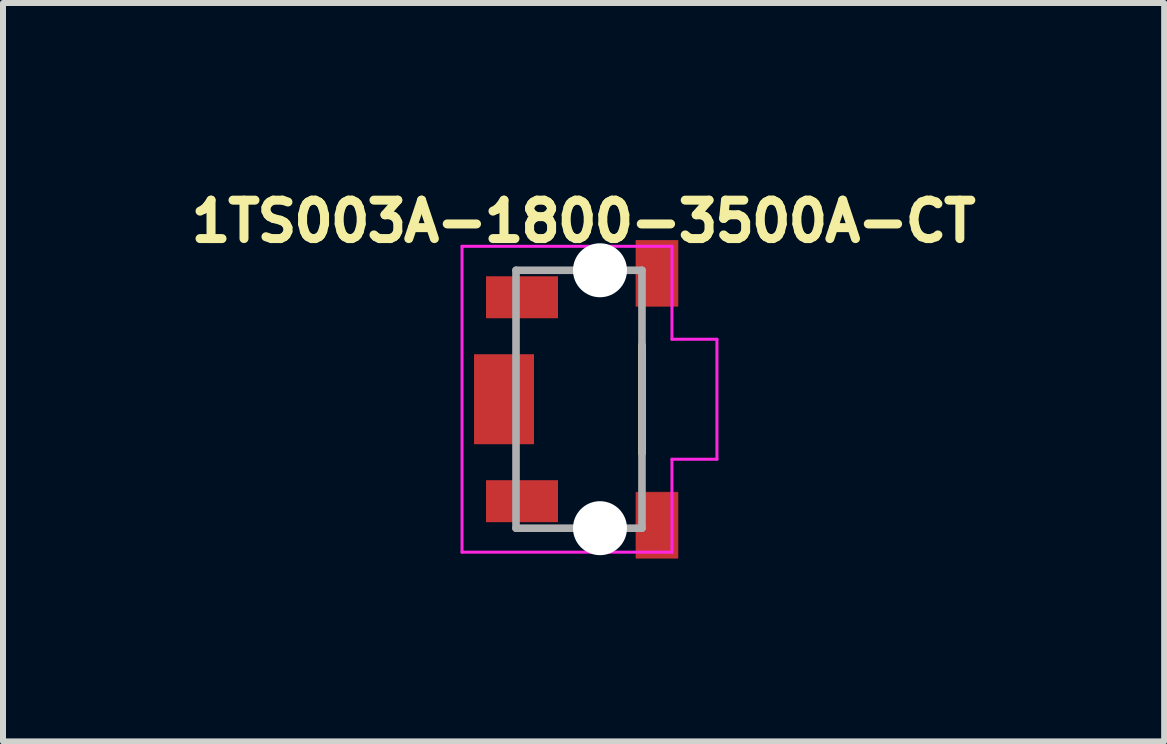
<source format=kicad_pcb>
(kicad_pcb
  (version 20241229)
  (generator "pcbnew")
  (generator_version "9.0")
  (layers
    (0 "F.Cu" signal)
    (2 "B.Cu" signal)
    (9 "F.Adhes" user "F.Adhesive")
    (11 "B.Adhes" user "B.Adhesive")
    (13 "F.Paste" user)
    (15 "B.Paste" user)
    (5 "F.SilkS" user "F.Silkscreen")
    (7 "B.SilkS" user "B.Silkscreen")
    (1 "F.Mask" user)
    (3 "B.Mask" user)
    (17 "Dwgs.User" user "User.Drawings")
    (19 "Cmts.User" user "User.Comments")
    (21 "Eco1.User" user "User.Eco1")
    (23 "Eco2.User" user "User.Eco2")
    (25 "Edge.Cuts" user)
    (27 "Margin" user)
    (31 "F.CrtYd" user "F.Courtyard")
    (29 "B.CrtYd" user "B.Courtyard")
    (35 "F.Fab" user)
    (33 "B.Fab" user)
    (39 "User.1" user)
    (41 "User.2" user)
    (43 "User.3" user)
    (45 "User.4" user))
  (footprint "1TS003A-1800-3500A-CT"
    (layer "F.Cu")
    (at 6.953 3.606)
    (property "Reference" "1TS003A-1800-3500A-CT" (at -0.273 -2.967 0) (layer "F.SilkS") (effects (font (size 0.641 0.641) (thickness 0.15))))
    (attr smd)
    (fp_poly (pts (xy 0.6 -2.65) (xy 1.3 -2.65) (xy 1.3 -1.551) (xy 0.6 -1.551)) (stroke (width 0.01) (type solid)) (fill yes) (layer "F.Cu"))
    (fp_poly (pts (xy 0.6 1.55) (xy 1.3 1.55) (xy 1.3 2.65) (xy 0.6 2.65)) (stroke (width 0.01) (type solid)) (fill yes) (layer "F.Cu"))
    (fp_poly (pts (xy 0.55 -2.699) (xy 1.35 -2.699) (xy 1.35 -1.5) (xy 0.55 -1.5)) (stroke (width 0.01) (type solid)) (fill yes) (layer "F.Mask"))
    (fp_poly (pts (xy 0.55 1.5) (xy 1.35 1.5) (xy 1.35 2.701) (xy 0.55 2.701)) (stroke (width 0.01) (type solid)) (fill yes) (layer "F.Mask"))
    (fp_line (start 0.7 0.9) (end 0.7 -0.9) (stroke (width 0.127) (type solid)) (layer "F.SilkS"))
    (fp_poly (pts (xy 0.6 -2.648) (xy 1.299 -2.648) (xy 1.299 -1.55) (xy 0.6 -1.55)) (stroke (width 0.01) (type solid)) (fill yes) (layer "F.Paste"))
    (fp_poly (pts (xy 0.6 1.55) (xy 1.3 1.55) (xy 1.3 2.651) (xy 0.6 2.651)) (stroke (width 0.01) (type solid)) (fill yes) (layer "F.Paste"))
    (fp_line (start -2.3 -2.55) (end -2.3 2.55) (stroke (width 0.05) (type solid)) (layer "F.CrtYd"))
    (fp_line (start -2.3 2.55) (end 1.2 2.55) (stroke (width 0.05) (type solid)) (layer "F.CrtYd"))
    (fp_line (start 1.2 -2.55) (end -2.3 -2.55) (stroke (width 0.05) (type solid)) (layer "F.CrtYd"))
    (fp_line (start 1.2 -1) (end 1.2 -2.55) (stroke (width 0.05) (type solid)) (layer "F.CrtYd"))
    (fp_line (start 1.2 1) (end 1.95 1) (stroke (width 0.05) (type solid)) (layer "F.CrtYd"))
    (fp_line (start 1.2 2.55) (end 1.2 1) (stroke (width 0.05) (type solid)) (layer "F.CrtYd"))
    (fp_line (start 1.95 -1) (end 1.2 -1) (stroke (width 0.05) (type solid)) (layer "F.CrtYd"))
    (fp_line (start 1.95 1) (end 1.95 -1) (stroke (width 0.05) (type solid)) (layer "F.CrtYd"))
    (fp_line (start -1.4 -2.15) (end 0.7 -2.15) (stroke (width 0.127) (type solid)) (layer "F.Fab"))
    (fp_line (start -1.4 2.15) (end -1.4 -2.15) (stroke (width 0.127) (type solid)) (layer "F.Fab"))
    (fp_line (start 0.7 -2.15) (end 0.7 2.15) (stroke (width 0.127) (type solid)) (layer "F.Fab"))
    (fp_line (start 0.7 2.15) (end -1.4 2.15) (stroke (width 0.127) (type solid)) (layer "F.Fab"))
    (pad "" np_thru_hole circle (at 0 -2.15) (size 0.9 0.9) (drill 0.9) (layers "*.Cu" "*.Mask"))
    (pad "" np_thru_hole circle (at 0 2.15) (size 0.9 0.9) (drill 0.9) (layers "*.Cu" "*.Mask"))
    (pad "1" smd rect (at -1.3 -1.7) (size 1.2 0.7) (layers "F.Cu" "F.Mask" "F.Paste"))
    (pad "2" smd rect (at -1.3 1.7) (size 1.2 0.7) (layers "F.Cu" "F.Mask" "F.Paste"))
    (pad "P1" smd rect (at -1.6 0) (size 1 1.5) (layers "F.Cu" "F.Mask" "F.Paste")))
  (gr_rect
    (start -3 -3)
    (end 16.359 9.311)
    (stroke (width 0.1) (type default))
    (fill no)
    (layer "Edge.Cuts")))
</source>
